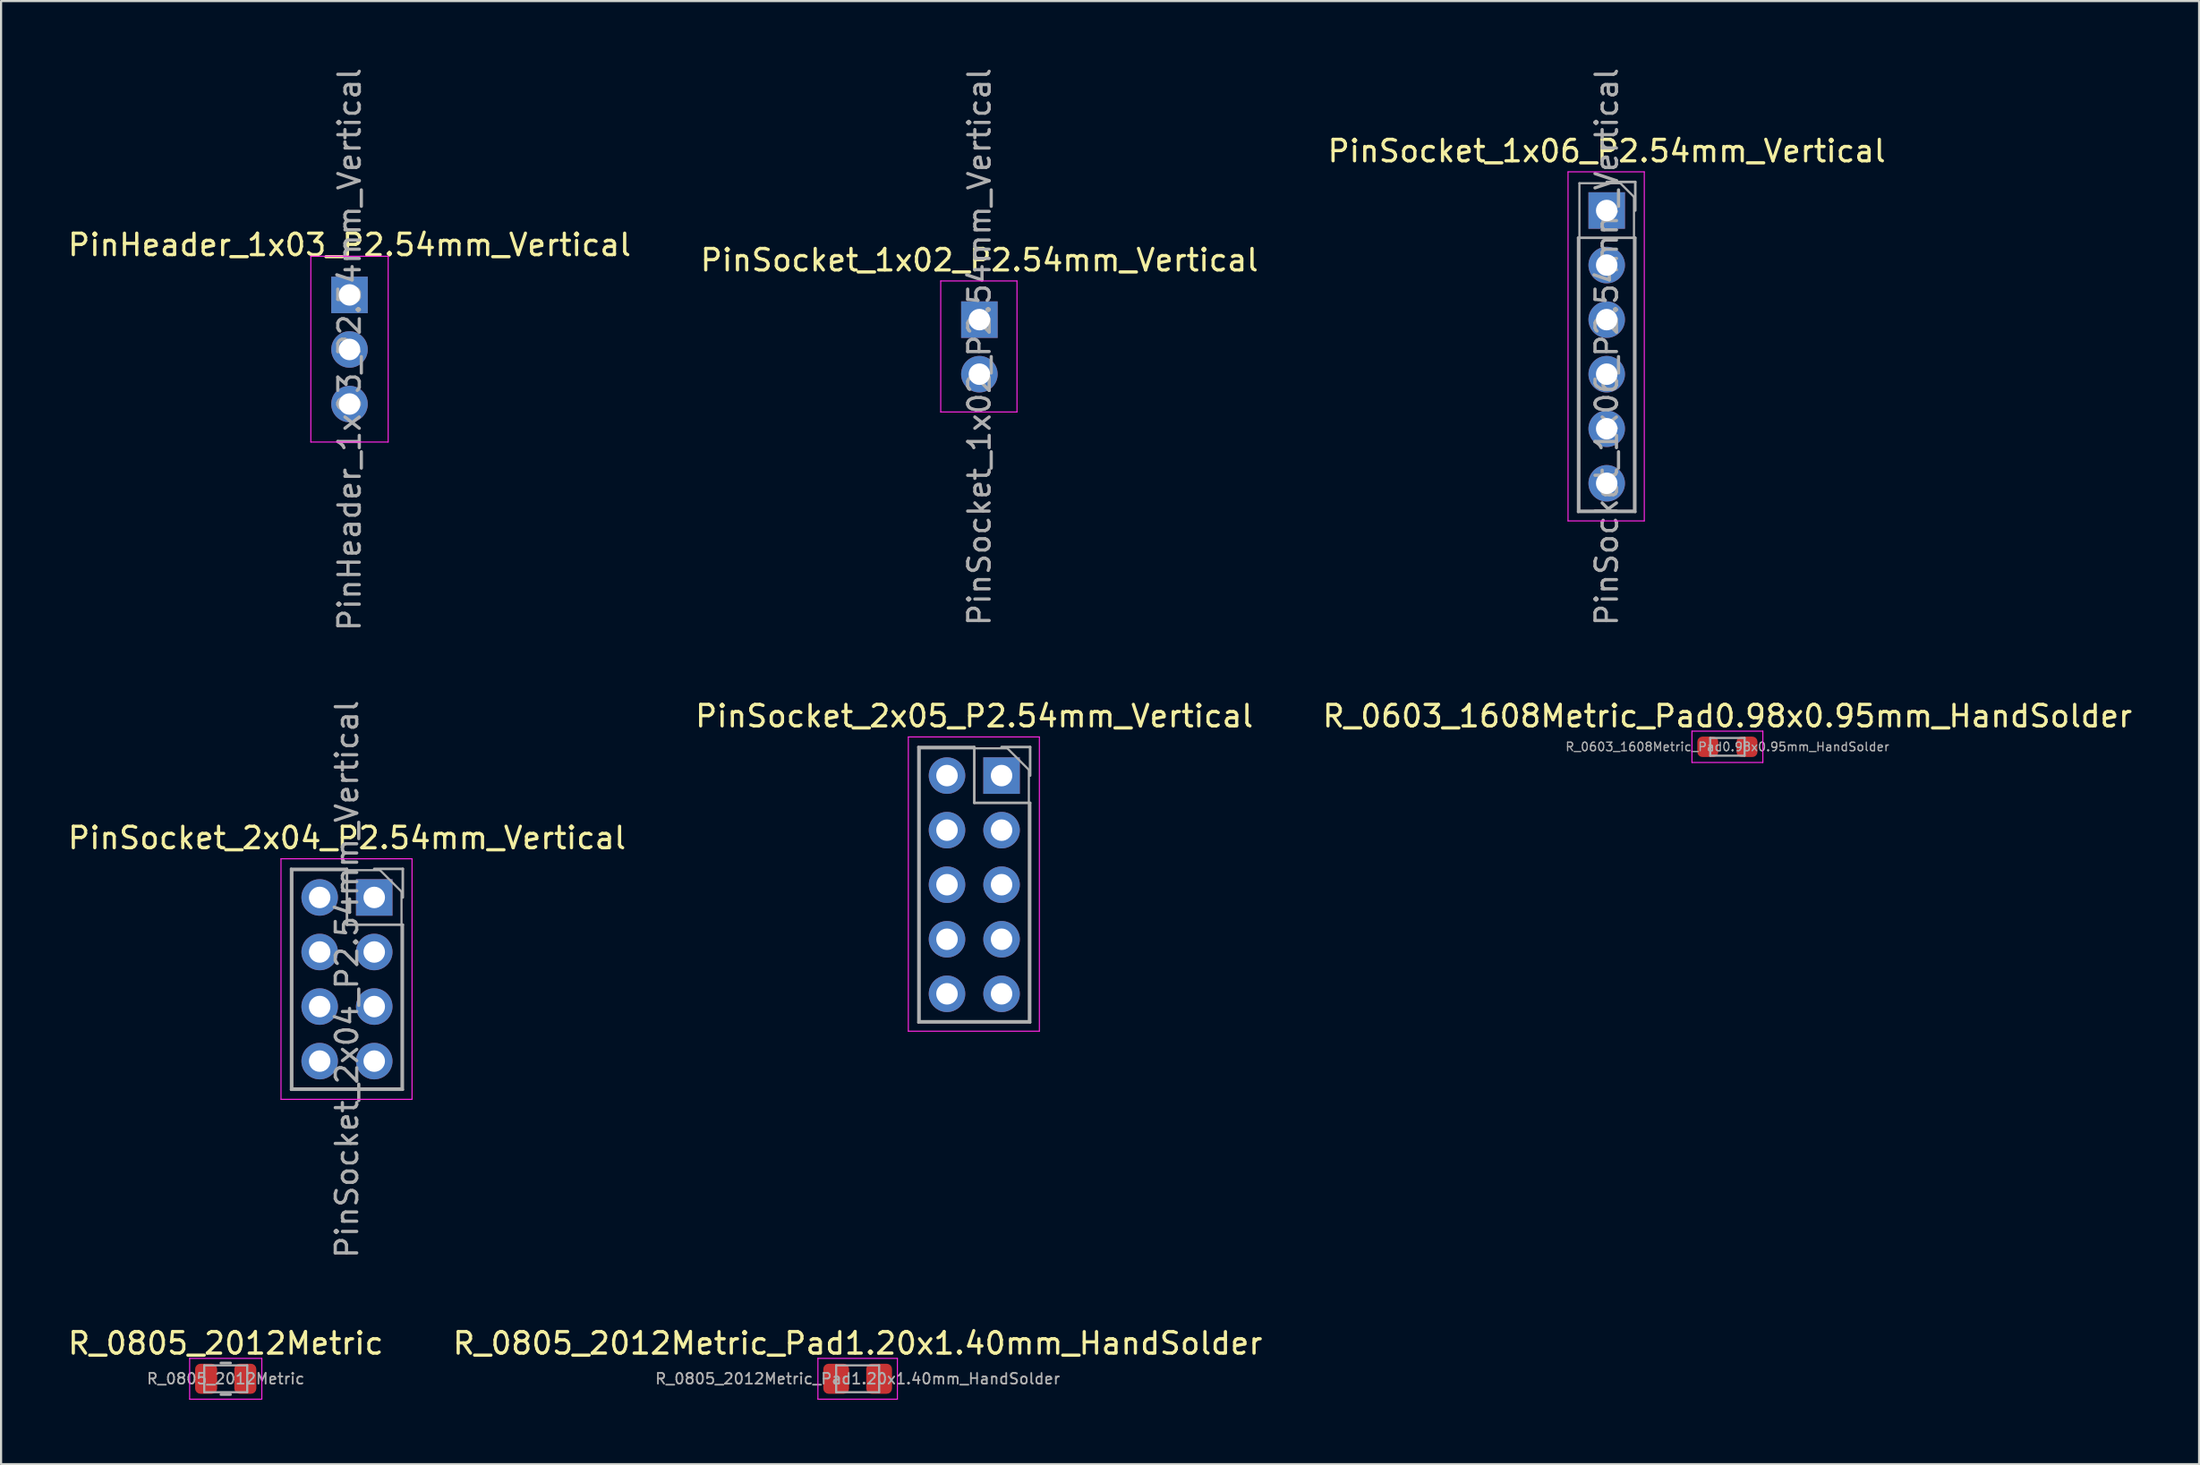
<source format=kicad_pcb>
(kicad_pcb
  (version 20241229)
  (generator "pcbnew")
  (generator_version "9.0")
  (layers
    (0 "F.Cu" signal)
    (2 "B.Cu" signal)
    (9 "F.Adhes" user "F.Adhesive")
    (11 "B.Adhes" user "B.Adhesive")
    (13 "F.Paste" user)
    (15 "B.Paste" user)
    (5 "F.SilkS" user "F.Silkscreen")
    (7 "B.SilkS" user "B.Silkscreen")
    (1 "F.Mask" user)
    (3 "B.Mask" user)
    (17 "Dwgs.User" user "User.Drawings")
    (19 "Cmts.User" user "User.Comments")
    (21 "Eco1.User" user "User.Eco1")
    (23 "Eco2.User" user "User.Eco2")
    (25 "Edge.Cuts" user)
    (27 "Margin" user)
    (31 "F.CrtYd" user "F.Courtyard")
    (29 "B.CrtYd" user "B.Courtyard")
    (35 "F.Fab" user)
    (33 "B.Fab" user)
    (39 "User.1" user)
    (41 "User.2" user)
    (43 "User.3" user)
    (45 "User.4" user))
  (footprint "R_0805_2012Metric_Pad1.20x1.40mm_HandSolder"
    (layer "F.Cu")
    (at 36.875 61.141)
    (property "Reference" "R_0805_2012Metric_Pad1.20x1.40mm_HandSolder" (at 0 -1.65 180) (layer "F.SilkS") (effects (font (size 1 1) (thickness 0.15))))
    (attr smd)
    (fp_line (start -1.85 -0.95) (end 1.85 -0.95) (stroke (width 0.05) (type solid)) (layer "F.CrtYd"))
    (fp_line (start -1.85 0.95) (end -1.85 -0.95) (stroke (width 0.05) (type solid)) (layer "F.CrtYd"))
    (fp_line (start 1.85 -0.95) (end 1.85 0.95) (stroke (width 0.05) (type solid)) (layer "F.CrtYd"))
    (fp_line (start 1.85 0.95) (end -1.85 0.95) (stroke (width 0.05) (type solid)) (layer "F.CrtYd"))
    (fp_line (start -1 -0.625) (end 1 -0.625) (stroke (width 0.1) (type solid)) (layer "F.Fab"))
    (fp_line (start -1 0.625) (end -1 -0.625) (stroke (width 0.1) (type solid)) (layer "F.Fab"))
    (fp_line (start 1 -0.625) (end 1 0.625) (stroke (width 0.1) (type solid)) (layer "F.Fab"))
    (fp_line (start 1 0.625) (end -1 0.625) (stroke (width 0.1) (type solid)) (layer "F.Fab"))
    (fp_text user "${REFERENCE}" (at 0 0 180) (layer "F.Fab") (effects (font (size 0.5 0.5) (thickness 0.08))))
    (pad "1" smd roundrect (at -1 0) (size 1.2 1.4) (layers "F.Cu" "F.Mask" "F.Paste") (roundrect_rratio 0.208))
    (pad "2" smd roundrect (at 1 0) (size 1.2 1.4) (layers "F.Cu" "F.Mask" "F.Paste") (roundrect_rratio 0.208)))
  (footprint "PinSocket_1x06_P2.54mm_Vertical"
    (layer "F.Cu")
    (at 71.744 6.751)
    (property "Reference" "PinSocket_1x06_P2.54mm_Vertical" (at 0 -2.77 0) (layer "F.SilkS") (effects (font (size 1 1) (thickness 0.15))))
    (attr through_hole)
    (fp_line (start -1.8 -1.8) (end 1.75 -1.8) (stroke (width 0.05) (type solid)) (layer "F.CrtYd"))
    (fp_line (start -1.8 14.45) (end -1.8 -1.8) (stroke (width 0.05) (type solid)) (layer "F.CrtYd"))
    (fp_line (start 1.75 -1.8) (end 1.75 14.45) (stroke (width 0.05) (type solid)) (layer "F.CrtYd"))
    (fp_line (start 1.75 14.45) (end -1.8 14.45) (stroke (width 0.05) (type solid)) (layer "F.CrtYd"))
    (fp_line (start -1.33 1.27) (end -1.33 14.03) (stroke (width 0.12) (type solid)) (layer "F.Fab"))
    (fp_line (start -1.33 1.27) (end 1.33 1.27) (stroke (width 0.12) (type solid)) (layer "F.Fab"))
    (fp_line (start -1.33 14.03) (end 1.33 14.03) (stroke (width 0.12) (type solid)) (layer "F.Fab"))
    (fp_line (start -1.27 -1.27) (end 0.635 -1.27) (stroke (width 0.1) (type solid)) (layer "F.Fab"))
    (fp_line (start -1.27 13.97) (end -1.27 -1.27) (stroke (width 0.1) (type solid)) (layer "F.Fab"))
    (fp_line (start 0 -1.33) (end 1.33 -1.33) (stroke (width 0.12) (type solid)) (layer "F.Fab"))
    (fp_line (start 0.635 -1.27) (end 1.27 -0.635) (stroke (width 0.1) (type solid)) (layer "F.Fab"))
    (fp_line (start 1.27 -0.635) (end 1.27 13.97) (stroke (width 0.1) (type solid)) (layer "F.Fab"))
    (fp_line (start 1.27 13.97) (end -1.27 13.97) (stroke (width 0.1) (type solid)) (layer "F.Fab"))
    (fp_line (start 1.33 -1.33) (end 1.33 0) (stroke (width 0.12) (type solid)) (layer "F.Fab"))
    (fp_line (start 1.33 1.27) (end 1.33 14.03) (stroke (width 0.12) (type solid)) (layer "F.Fab"))
    (fp_text user "${REFERENCE}" (at 0 6.35 90) (layer "F.Fab") (effects (font (size 1 1) (thickness 0.15))))
    (pad "1" thru_hole rect (at 0 0) (size 1.7 1.7) (drill 1) (layers "*.Cu" "*.Mask"))
    (pad "2" thru_hole oval (at 0 2.54) (size 1.7 1.7) (drill 1) (layers "*.Cu" "*.Mask"))
    (pad "3" thru_hole oval (at 0 5.08) (size 1.7 1.7) (drill 1) (layers "*.Cu" "*.Mask"))
    (pad "4" thru_hole oval (at 0 7.62) (size 1.7 1.7) (drill 1) (layers "*.Cu" "*.Mask"))
    (pad "5" thru_hole oval (at 0 10.16) (size 1.7 1.7) (drill 1) (layers "*.Cu" "*.Mask"))
    (pad "6" thru_hole oval (at 0 12.7) (size 1.7 1.7) (drill 1) (layers "*.Cu" "*.Mask")))
  (footprint "R_0603_1608Metric_Pad0.98x0.95mm_HandSolder"
    (layer "F.Cu")
    (at 77.363 31.719)
    (property "Reference" "R_0603_1608Metric_Pad0.98x0.95mm_HandSolder" (at 0 -1.43 0) (layer "F.SilkS") (effects (font (size 1 1) (thickness 0.15))))
    (attr smd)
    (fp_line (start -1.65 -0.73) (end 1.65 -0.73) (stroke (width 0.05) (type solid)) (layer "F.CrtYd"))
    (fp_line (start -1.65 0.73) (end -1.65 -0.73) (stroke (width 0.05) (type solid)) (layer "F.CrtYd"))
    (fp_line (start 1.65 -0.73) (end 1.65 0.73) (stroke (width 0.05) (type solid)) (layer "F.CrtYd"))
    (fp_line (start 1.65 0.73) (end -1.65 0.73) (stroke (width 0.05) (type solid)) (layer "F.CrtYd"))
    (fp_line (start -0.8 -0.412) (end 0.8 -0.412) (stroke (width 0.1) (type solid)) (layer "F.Fab"))
    (fp_line (start -0.8 0.412) (end -0.8 -0.412) (stroke (width 0.1) (type solid)) (layer "F.Fab"))
    (fp_line (start 0.8 -0.412) (end 0.8 0.412) (stroke (width 0.1) (type solid)) (layer "F.Fab"))
    (fp_line (start 0.8 0.412) (end -0.8 0.412) (stroke (width 0.1) (type solid)) (layer "F.Fab"))
    (fp_text user "${REFERENCE}" (at 0 0 0) (layer "F.Fab") (effects (font (size 0.4 0.4) (thickness 0.06))))
    (pad "1" smd roundrect (at -0.912 0) (size 0.975 0.95) (layers "F.Cu" "F.Mask" "F.Paste") (roundrect_rratio 0.25))
    (pad "2" smd roundrect (at 0.912 0) (size 0.975 0.95) (layers "F.Cu" "F.Mask" "F.Paste") (roundrect_rratio 0.25)))
  (footprint "PinHeader_1x03_P2.54mm_Vertical"
    (layer "F.Cu")
    (at 13.22 10.68)
    (property "Reference" "PinHeader_1x03_P2.54mm_Vertical" (at 0 -2.33 0) (layer "F.SilkS") (effects (font (size 1 1) (thickness 0.15))))
    (fp_line (start -1.8 -1.8) (end -1.8 6.85) (stroke (width 0.05) (type solid)) (layer "F.CrtYd"))
    (fp_line (start -1.8 6.85) (end 1.8 6.85) (stroke (width 0.05) (type solid)) (layer "F.CrtYd"))
    (fp_line (start 1.8 -1.8) (end -1.8 -1.8) (stroke (width 0.05) (type solid)) (layer "F.CrtYd"))
    (fp_line (start 1.8 6.85) (end 1.8 -1.8) (stroke (width 0.05) (type solid)) (layer "F.CrtYd"))
    (fp_text user "${REFERENCE}" (at 0 2.54 90) (layer "F.Fab") (effects (font (size 1 1) (thickness 0.15))))
    (pad "1" thru_hole rect (at 0 0 180) (size 1.7 1.7) (drill 1) (layers "*.Cu" "*.Mask"))
    (pad "2" thru_hole oval (at 0 2.54 180) (size 1.7 1.7) (drill 1) (layers "*.Cu" "*.Mask"))
    (pad "3" thru_hole oval (at 0 5.08 180) (size 1.7 1.7) (drill 1) (layers "*.Cu" "*.Mask")))
  (footprint "R_0805_2012Metric"
    (layer "F.Cu")
    (at 7.458 61.141)
    (property "Reference" "R_0805_2012Metric" (at 0 -1.65 0) (layer "F.SilkS") (effects (font (size 1 1) (thickness 0.15))))
    (attr smd)
    (fp_line (start -1.68 -0.95) (end 1.68 -0.95) (stroke (width 0.05) (type solid)) (layer "F.CrtYd"))
    (fp_line (start -1.68 0.95) (end -1.68 -0.95) (stroke (width 0.05) (type solid)) (layer "F.CrtYd"))
    (fp_line (start 1.68 -0.95) (end 1.68 0.95) (stroke (width 0.05) (type solid)) (layer "F.CrtYd"))
    (fp_line (start 1.68 0.95) (end -1.68 0.95) (stroke (width 0.05) (type solid)) (layer "F.CrtYd"))
    (fp_line (start -1 -0.625) (end 1 -0.625) (stroke (width 0.1) (type solid)) (layer "F.Fab"))
    (fp_line (start -1 0.625) (end -1 -0.625) (stroke (width 0.1) (type solid)) (layer "F.Fab"))
    (fp_line (start -0.227 -0.735) (end 0.227 -0.735) (stroke (width 0.12) (type solid)) (layer "F.Fab"))
    (fp_line (start -0.227 0.735) (end 0.227 0.735) (stroke (width 0.12) (type solid)) (layer "F.Fab"))
    (fp_line (start 1 -0.625) (end 1 0.625) (stroke (width 0.1) (type solid)) (layer "F.Fab"))
    (fp_line (start 1 0.625) (end -1 0.625) (stroke (width 0.1) (type solid)) (layer "F.Fab"))
    (fp_text user "${REFERENCE}" (at 0 0 0) (layer "F.Fab") (effects (font (size 0.5 0.5) (thickness 0.08))))
    (pad "1" smd roundrect (at -0.912 0) (size 1.025 1.4) (layers "F.Cu" "F.Mask" "F.Paste") (roundrect_rratio 0.244))
    (pad "2" smd roundrect (at 0.912 0) (size 1.025 1.4) (layers "F.Cu" "F.Mask" "F.Paste") (roundrect_rratio 0.244)))
  (footprint "PinSocket_1x02_P2.54mm_Vertical"
    (layer "F.Cu")
    (at 42.542 11.831)
    (property "Reference" "PinSocket_1x02_P2.54mm_Vertical" (at -0.000001 -2.77 0) (layer "F.SilkS") (effects (font (size 1 1) (thickness 0.15))))
    (attr through_hole)
    (fp_line (start -1.8 -1.8) (end 1.75 -1.8) (stroke (width 0.05) (type solid)) (layer "F.CrtYd"))
    (fp_line (start -1.8 4.3) (end -1.8 -1.8) (stroke (width 0.05) (type solid)) (layer "F.CrtYd"))
    (fp_line (start 1.75 -1.8) (end 1.75 4.3) (stroke (width 0.05) (type solid)) (layer "F.CrtYd"))
    (fp_line (start 1.75 4.3) (end -1.8 4.3) (stroke (width 0.05) (type solid)) (layer "F.CrtYd"))
    (fp_text user "${REFERENCE}" (at 0 1.27 90) (layer "F.Fab") (effects (font (size 1 1) (thickness 0.15))))
    (pad "1" thru_hole rect (at 0 0 90) (size 1.7 1.7) (drill 1) (layers "*.Cu" "*.Mask"))
    (pad "2" thru_hole oval (at 0 2.54) (size 1.7 1.7) (drill 1) (layers "*.Cu" "*.Mask")))
  (footprint "PinSocket_2x04_P2.54mm_Vertical"
    (layer "F.Cu")
    (at 14.371 38.732)
    (property "Reference" "PinSocket_2x04_P2.54mm_Vertical" (at -1.27 -2.77 0) (layer "F.SilkS") (effects (font (size 1 1) (thickness 0.15))))
    (attr through_hole)
    (fp_line (start -4.34 -1.8) (end 1.76 -1.8) (stroke (width 0.05) (type solid)) (layer "F.CrtYd"))
    (fp_line (start -4.34 9.4) (end -4.34 -1.8) (stroke (width 0.05) (type solid)) (layer "F.CrtYd"))
    (fp_line (start 1.76 -1.8) (end 1.76 9.4) (stroke (width 0.05) (type solid)) (layer "F.CrtYd"))
    (fp_line (start 1.76 9.4) (end -4.34 9.4) (stroke (width 0.05) (type solid)) (layer "F.CrtYd"))
    (fp_line (start -3.87 -1.33) (end -3.87 8.95) (stroke (width 0.12) (type solid)) (layer "F.Fab"))
    (fp_line (start -3.87 -1.33) (end -1.27 -1.33) (stroke (width 0.12) (type solid)) (layer "F.Fab"))
    (fp_line (start -3.87 8.95) (end 1.33 8.95) (stroke (width 0.12) (type solid)) (layer "F.Fab"))
    (fp_line (start -3.81 -1.27) (end 0.27 -1.27) (stroke (width 0.1) (type solid)) (layer "F.Fab"))
    (fp_line (start -3.81 8.89) (end -3.81 -1.27) (stroke (width 0.1) (type solid)) (layer "F.Fab"))
    (fp_line (start -1.27 -1.33) (end -1.27 1.27) (stroke (width 0.12) (type solid)) (layer "F.Fab"))
    (fp_line (start -1.27 1.27) (end 1.33 1.27) (stroke (width 0.12) (type solid)) (layer "F.Fab"))
    (fp_line (start 0 -1.33) (end 1.33 -1.33) (stroke (width 0.12) (type solid)) (layer "F.Fab"))
    (fp_line (start 0.27 -1.27) (end 1.27 -0.27) (stroke (width 0.1) (type solid)) (layer "F.Fab"))
    (fp_line (start 1.27 -0.27) (end 1.27 8.89) (stroke (width 0.1) (type solid)) (layer "F.Fab"))
    (fp_line (start 1.27 8.89) (end -3.81 8.89) (stroke (width 0.1) (type solid)) (layer "F.Fab"))
    (fp_line (start 1.33 -1.33) (end 1.33 0) (stroke (width 0.12) (type solid)) (layer "F.Fab"))
    (fp_line (start 1.33 1.27) (end 1.33 8.95) (stroke (width 0.12) (type solid)) (layer "F.Fab"))
    (fp_text user "${REFERENCE}" (at -1.27 3.81 90) (layer "F.Fab") (effects (font (size 1 1) (thickness 0.15))))
    (pad "1" thru_hole rect (at 0 0) (size 1.7 1.7) (drill 1) (layers "*.Cu" "*.Mask"))
    (pad "2" thru_hole oval (at -2.54 0) (size 1.7 1.7) (drill 1) (layers "*.Cu" "*.Mask"))
    (pad "3" thru_hole oval (at 0 2.54) (size 1.7 1.7) (drill 1) (layers "*.Cu" "*.Mask"))
    (pad "4" thru_hole oval (at -2.54 2.54) (size 1.7 1.7) (drill 1) (layers "*.Cu" "*.Mask"))
    (pad "5" thru_hole oval (at 0 5.08) (size 1.7 1.7) (drill 1) (layers "*.Cu" "*.Mask"))
    (pad "6" thru_hole oval (at -2.54 5.08) (size 1.7 1.7) (drill 1) (layers "*.Cu" "*.Mask"))
    (pad "7" thru_hole oval (at 0 7.62) (size 1.7 1.7) (drill 1) (layers "*.Cu" "*.Mask"))
    (pad "8" thru_hole oval (at -2.54 7.62) (size 1.7 1.7) (drill 1) (layers "*.Cu" "*.Mask")))
  (footprint "PinSocket_2x05_P2.54mm_Vertical"
    (layer "F.Cu")
    (at 43.574 33.059)
    (property "Reference" "PinSocket_2x05_P2.54mm_Vertical" (at -1.27 -2.77 0) (layer "F.SilkS") (effects (font (size 1 1) (thickness 0.15))))
    (attr through_hole)
    (fp_line (start -4.34 -1.8) (end 1.76 -1.8) (stroke (width 0.05) (type solid)) (layer "F.CrtYd"))
    (fp_line (start -4.34 11.9) (end -4.34 -1.8) (stroke (width 0.05) (type solid)) (layer "F.CrtYd"))
    (fp_line (start 1.76 -1.8) (end 1.76 11.9) (stroke (width 0.05) (type solid)) (layer "F.CrtYd"))
    (fp_line (start 1.76 11.9) (end -4.34 11.9) (stroke (width 0.05) (type solid)) (layer "F.CrtYd"))
    (fp_line (start -3.87 -1.33) (end -3.87 11.49) (stroke (width 0.12) (type solid)) (layer "F.Fab"))
    (fp_line (start -3.87 -1.33) (end -1.27 -1.33) (stroke (width 0.12) (type solid)) (layer "F.Fab"))
    (fp_line (start -3.87 11.49) (end 1.33 11.49) (stroke (width 0.12) (type solid)) (layer "F.Fab"))
    (fp_line (start -3.81 -1.27) (end 0.27 -1.27) (stroke (width 0.1) (type solid)) (layer "F.Fab"))
    (fp_line (start -3.81 11.43) (end -3.81 -1.27) (stroke (width 0.1) (type solid)) (layer "F.Fab"))
    (fp_line (start -1.27 -1.33) (end -1.27 1.27) (stroke (width 0.12) (type solid)) (layer "F.Fab"))
    (fp_line (start -1.27 1.27) (end 1.33 1.27) (stroke (width 0.12) (type solid)) (layer "F.Fab"))
    (fp_line (start 0 -1.33) (end 1.33 -1.33) (stroke (width 0.12) (type solid)) (layer "F.Fab"))
    (fp_line (start 0.27 -1.27) (end 1.27 -0.27) (stroke (width 0.1) (type solid)) (layer "F.Fab"))
    (fp_line (start 1.27 -0.27) (end 1.27 11.43) (stroke (width 0.1) (type solid)) (layer "F.Fab"))
    (fp_line (start 1.27 11.43) (end -3.81 11.43) (stroke (width 0.1) (type solid)) (layer "F.Fab"))
    (fp_line (start 1.33 -1.33) (end 1.33 0) (stroke (width 0.12) (type solid)) (layer "F.Fab"))
    (fp_line (start 1.33 1.27) (end 1.33 11.49) (stroke (width 0.12) (type solid)) (layer "F.Fab"))
    (pad "1" thru_hole rect (at 0 0) (size 1.7 1.7) (drill 1) (layers "*.Cu" "*.Mask"))
    (pad "2" thru_hole oval (at -2.54 0) (size 1.7 1.7) (drill 1) (layers "*.Cu" "*.Mask"))
    (pad "3" thru_hole oval (at 0 2.54) (size 1.7 1.7) (drill 1) (layers "*.Cu" "*.Mask"))
    (pad "4" thru_hole oval (at -2.54 2.54) (size 1.7 1.7) (drill 1) (layers "*.Cu" "*.Mask"))
    (pad "5" thru_hole oval (at 0 5.08) (size 1.7 1.7) (drill 1) (layers "*.Cu" "*.Mask"))
    (pad "6" thru_hole oval (at -2.54 5.08) (size 1.7 1.7) (drill 1) (layers "*.Cu" "*.Mask"))
    (pad "7" thru_hole oval (at 0 7.62) (size 1.7 1.7) (drill 1) (layers "*.Cu" "*.Mask"))
    (pad "8" thru_hole oval (at -2.54 7.62) (size 1.7 1.7) (drill 1) (layers "*.Cu" "*.Mask"))
    (pad "9" thru_hole oval (at 0 10.16) (size 1.7 1.7) (drill 1) (layers "*.Cu" "*.Mask"))
    (pad "10" thru_hole oval (at -2.54 10.16) (size 1.7 1.7) (drill 1) (layers "*.Cu" "*.Mask")))
  (gr_rect
    (start -3 -3)
    (end 99.321 65.116)
    (stroke (width 0.1) (type default))
    (fill no)
    (layer "Edge.Cuts")))
</source>
